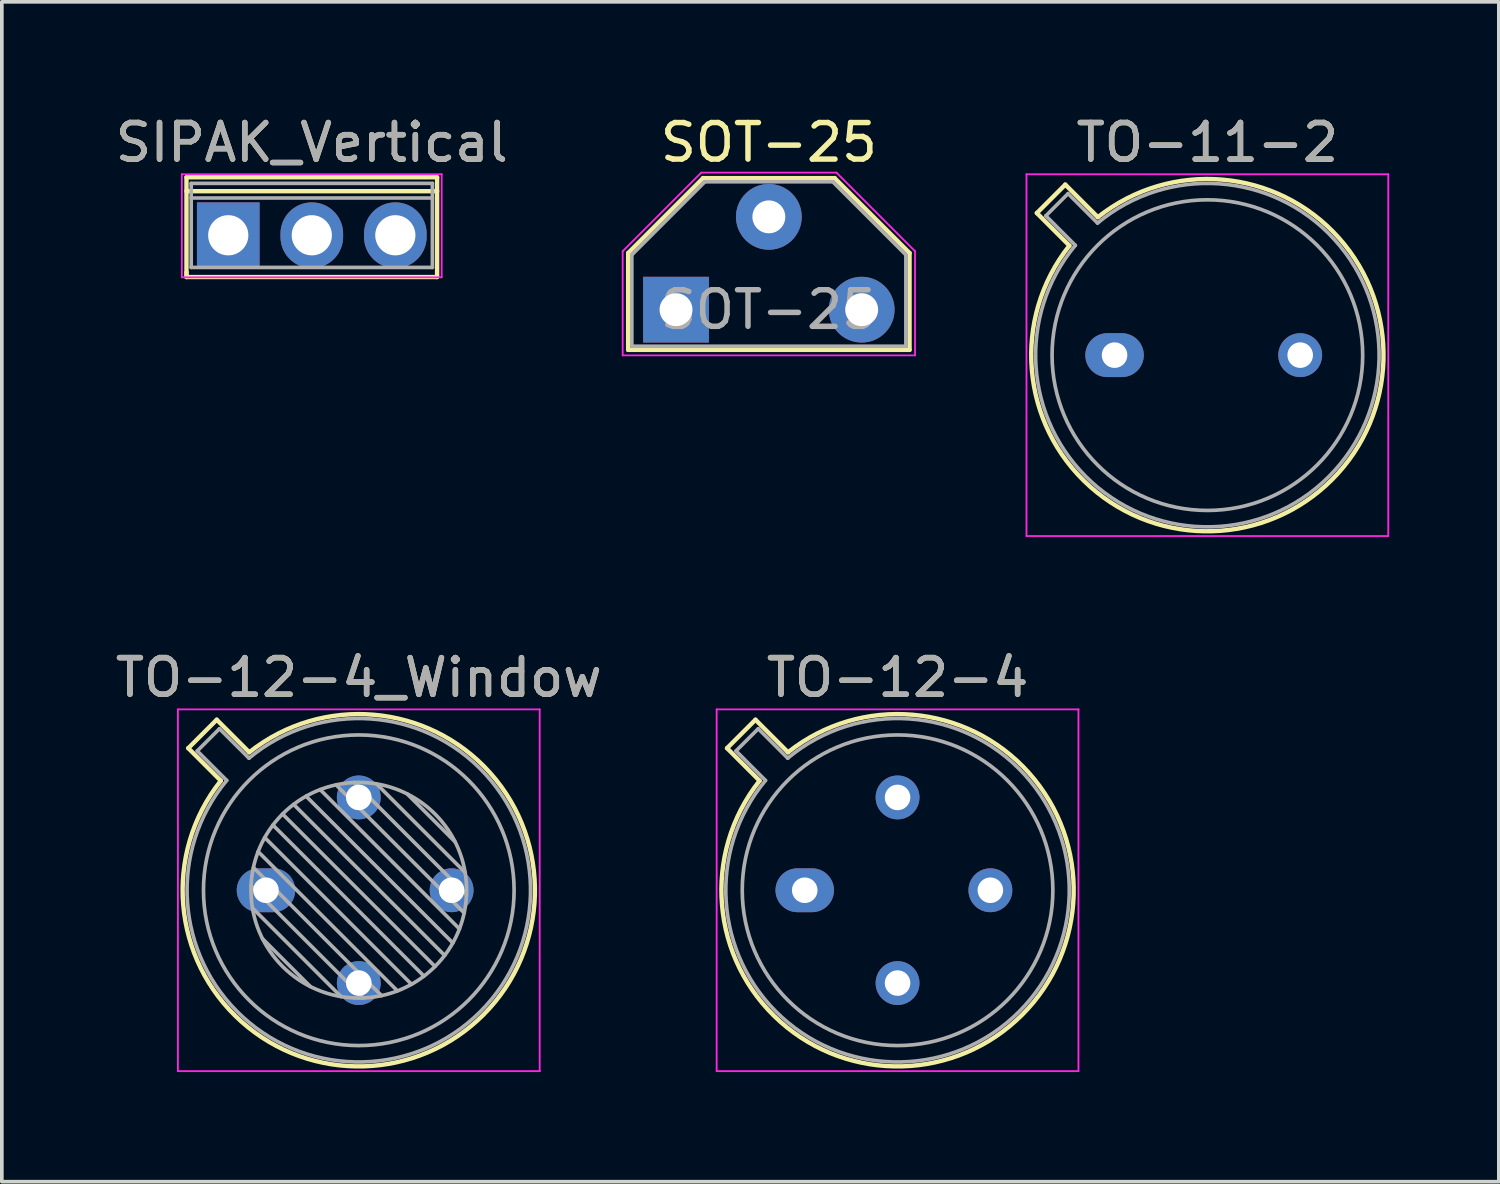
<source format=kicad_pcb>
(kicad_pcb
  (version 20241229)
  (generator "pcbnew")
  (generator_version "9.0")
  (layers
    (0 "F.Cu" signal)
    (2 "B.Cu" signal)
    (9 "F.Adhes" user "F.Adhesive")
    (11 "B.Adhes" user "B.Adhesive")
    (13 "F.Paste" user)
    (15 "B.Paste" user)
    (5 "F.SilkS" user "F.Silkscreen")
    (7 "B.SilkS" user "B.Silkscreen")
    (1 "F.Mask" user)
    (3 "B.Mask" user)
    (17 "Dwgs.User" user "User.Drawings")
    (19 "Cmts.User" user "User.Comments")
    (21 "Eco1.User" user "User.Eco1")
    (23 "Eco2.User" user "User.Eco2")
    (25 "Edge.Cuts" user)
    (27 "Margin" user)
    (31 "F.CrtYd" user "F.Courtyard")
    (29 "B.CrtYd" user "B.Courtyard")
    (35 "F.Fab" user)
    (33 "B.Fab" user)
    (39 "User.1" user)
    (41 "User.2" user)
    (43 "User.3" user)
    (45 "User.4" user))
  (footprint "SIPAK_Vertical"
    (layer "F.Cu")
    (at 3.196 3.388)
    (property "Reference" "SIPAK_Vertical" (at 2.286 -2.54 0) (layer "F.SilkS") (effects (font (size 1 1) (thickness 0.15))))
    (attr through_hole)
    (fp_line (start -1.143 -1.587) (end -1.143 1.016) (stroke (width 0.12) (type solid)) (layer "F.SilkS"))
    (fp_line (start -1.143 1.016) (end -1.143 1.079) (stroke (width 0.12) (type solid)) (layer "F.SilkS"))
    (fp_line (start -1.143 1.079) (end -1.143 1.143) (stroke (width 0.12) (type solid)) (layer "F.SilkS"))
    (fp_line (start -1.143 1.143) (end 5.715 1.143) (stroke (width 0.12) (type solid)) (layer "F.SilkS"))
    (fp_line (start 5.715 -1.587) (end -1.143 -1.587) (stroke (width 0.12) (type solid)) (layer "F.SilkS"))
    (fp_line (start 5.715 -1.587) (end 5.715 1.143) (stroke (width 0.12) (type solid)) (layer "F.SilkS"))
    (fp_line (start 5.715 -1.206) (end -1.143 -1.206) (stroke (width 0.12) (type solid)) (layer "F.SilkS"))
    (fp_line (start -1.27 -1.67) (end -1.27 1.15) (stroke (width 0.05) (type solid)) (layer "F.CrtYd"))
    (fp_line (start -1.27 1.15) (end 5.84 1.15) (stroke (width 0.05) (type solid)) (layer "F.CrtYd"))
    (fp_line (start 5.84 -1.67) (end -1.27 -1.67) (stroke (width 0.05) (type solid)) (layer "F.CrtYd"))
    (fp_line (start 5.84 1.15) (end 5.84 -1.67) (stroke (width 0.05) (type solid)) (layer "F.CrtYd"))
    (fp_line (start -1.014 -1.42) (end -1.014 0.88) (stroke (width 0.1) (type solid)) (layer "F.Fab"))
    (fp_line (start -1.014 -1.02) (end 5.586 -1.02) (stroke (width 0.1) (type solid)) (layer "F.Fab"))
    (fp_line (start -1.014 0.88) (end 5.586 0.88) (stroke (width 0.1) (type solid)) (layer "F.Fab"))
    (fp_line (start 5.586 -1.42) (end -1.014 -1.42) (stroke (width 0.1) (type solid)) (layer "F.Fab"))
    (fp_line (start 5.586 0.88) (end 5.586 -1.42) (stroke (width 0.1) (type solid)) (layer "F.Fab"))
    (fp_text user "${REFERENCE}" (at 2.286 -2.54 0) (layer "F.Fab") (effects (font (size 1 1) (thickness 0.15))))
    (pad "1" thru_hole rect (at 0 0) (size 1.714 1.8) (drill 1.1) (layers "*.Cu" "*.Mask"))
    (pad "2" thru_hole oval (at 2.286 0) (size 1.714 1.8) (drill 1.1) (layers "*.Cu" "*.Mask"))
    (pad "3" thru_hole oval (at 4.572 0) (size 1.714 1.8) (drill 1.1) (layers "*.Cu" "*.Mask")))
  (footprint "SOT-25"
    (layer "F.Cu")
    (at 15.449 5.424)
    (property "Reference" "SOT-25" (at 2.54 -4.576 0) (layer "F.SilkS") (effects (font (size 1 1) (thickness 0.15))))
    (attr through_hole)
    (fp_line (start -1.31 -1.55) (end -1.31 1.1) (stroke (width 0.12) (type default)) (layer "F.SilkS"))
    (fp_line (start -1.31 1.1) (end 6.39 1.1) (stroke (width 0.12) (type default)) (layer "F.SilkS"))
    (fp_line (start 0.74 -3.6) (end -1.31 -1.55) (stroke (width 0.12) (type default)) (layer "F.SilkS"))
    (fp_line (start 4.34 -3.6) (end 0.74 -3.6) (stroke (width 0.12) (type default)) (layer "F.SilkS"))
    (fp_line (start 6.39 -1.55) (end 4.34 -3.6) (stroke (width 0.12) (type default)) (layer "F.SilkS"))
    (fp_line (start 6.39 1.1) (end 6.39 -1.55) (stroke (width 0.12) (type default)) (layer "F.SilkS"))
    (fp_line (start -1.46 -1.6) (end -1.46 1.25) (stroke (width 0.05) (type default)) (layer "F.CrtYd"))
    (fp_line (start -1.46 1.25) (end 6.54 1.25) (stroke (width 0.05) (type default)) (layer "F.CrtYd"))
    (fp_line (start 0.69 -3.75) (end -1.46 -1.6) (stroke (width 0.05) (type default)) (layer "F.CrtYd"))
    (fp_line (start 4.39 -3.75) (end 0.69 -3.75) (stroke (width 0.05) (type default)) (layer "F.CrtYd"))
    (fp_line (start 6.54 -1.6) (end 4.39 -3.75) (stroke (width 0.05) (type default)) (layer "F.CrtYd"))
    (fp_line (start 6.54 1.25) (end 6.54 -1.6) (stroke (width 0.05) (type default)) (layer "F.CrtYd"))
    (fp_line (start -1.21 1) (end -1.21 -1.5) (stroke (width 0.1) (type default)) (layer "F.Fab"))
    (fp_line (start -1.21 1) (end 6.29 1) (stroke (width 0.1) (type default)) (layer "F.Fab"))
    (fp_line (start 0.79 -3.5) (end -1.21 -1.5) (stroke (width 0.1) (type default)) (layer "F.Fab"))
    (fp_line (start 0.79 -3.5) (end 4.29 -3.5) (stroke (width 0.1) (type default)) (layer "F.Fab"))
    (fp_line (start 4.29 -3.5) (end 6.29 -1.5) (stroke (width 0.1) (type default)) (layer "F.Fab"))
    (fp_line (start 6.29 1) (end 6.29 -1.5) (stroke (width 0.1) (type default)) (layer "F.Fab"))
    (fp_text user "${REFERENCE}" (at 2.54 0 0) (layer "F.Fab") (effects (font (size 1 1) (thickness 0.15))))
    (pad "1" thru_hole rect (at 0 0 90) (size 1.8 1.8) (drill 0.9) (layers "*.Cu" "*.Mask"))
    (pad "2" thru_hole circle (at 2.54 -2.54 90) (size 1.8 1.8) (drill 0.9) (layers "*.Cu" "*.Mask"))
    (pad "3" thru_hole circle (at 5.08 0 90) (size 1.8 1.8) (drill 0.9) (layers "*.Cu" "*.Mask")))
  (footprint "TO-11-2"
    (layer "F.Cu")
    (at 27.449 6.668)
    (property "Reference" "TO-11-2" (at 2.54 -5.82 0) (layer "F.SilkS") (effects (font (size 1 1) (thickness 0.15))))
    (attr through_hole)
    (fp_line (start -2.126 -3.888) (end -1.235 -2.997) (stroke (width 0.12) (type solid)) (layer "F.SilkS"))
    (fp_line (start -1.348 -4.666) (end -2.126 -3.888) (stroke (width 0.12) (type solid)) (layer "F.SilkS"))
    (fp_line (start -0.457 -3.775) (end -1.348 -4.666) (stroke (width 0.12) (type solid)) (layer "F.SilkS"))
    (fp_arc (start -0.457084 -3.774902) (mid 5.948125 3.408384) (end -1.234674 -2.997371) (stroke (width 0.12) (type solid)) (layer "F.SilkS"))
    (fp_line (start -2.41 -4.95) (end -2.41 4.95) (stroke (width 0.05) (type solid)) (layer "F.CrtYd"))
    (fp_line (start -2.41 4.95) (end 7.49 4.95) (stroke (width 0.05) (type solid)) (layer "F.CrtYd"))
    (fp_line (start 7.49 -4.95) (end -2.41 -4.95) (stroke (width 0.05) (type solid)) (layer "F.CrtYd"))
    (fp_line (start 7.49 4.95) (end 7.49 -4.95) (stroke (width 0.05) (type solid)) (layer "F.CrtYd"))
    (fp_line (start -1.88 -3.812) (end -1.074 -3.005) (stroke (width 0.1) (type solid)) (layer "F.Fab"))
    (fp_line (start -1.272 -4.42) (end -1.88 -3.812) (stroke (width 0.1) (type solid)) (layer "F.Fab"))
    (fp_line (start -0.465 -3.614) (end -1.272 -4.42) (stroke (width 0.1) (type solid)) (layer "F.Fab"))
    (fp_arc (start -0.465408 -3.61352) (mid 5.863443 3.323361) (end -1.073594 -3.005319) (stroke (width 0.1) (type solid)) (layer "F.Fab"))
    (fp_circle (center 2.54 0) (end 6.79 0) (stroke (width 0.1) (type solid)) (fill no) (layer "F.Fab"))
    (fp_text user "${REFERENCE}" (at 2.54 -5.82 0) (layer "F.Fab") (effects (font (size 1 1) (thickness 0.15))))
    (pad "1" thru_hole oval (at 0 0) (size 1.6 1.2) (drill 0.7) (layers "*.Cu" "*.Mask"))
    (pad "2" thru_hole oval (at 5.08 0) (size 1.2 1.2) (drill 0.7) (layers "*.Cu" "*.Mask")))
  (footprint "TO-12-4"
    (layer "F.Cu")
    (at 18.971 21.311)
    (property "Reference" "TO-12-4" (at 2.54 -5.82 0) (layer "F.SilkS") (effects (font (size 1 1) (thickness 0.15))))
    (attr through_hole)
    (fp_line (start -2.126 -3.888) (end -1.235 -2.997) (stroke (width 0.12) (type solid)) (layer "F.SilkS"))
    (fp_line (start -1.348 -4.666) (end -2.126 -3.888) (stroke (width 0.12) (type solid)) (layer "F.SilkS"))
    (fp_line (start -0.457 -3.775) (end -1.348 -4.666) (stroke (width 0.12) (type solid)) (layer "F.SilkS"))
    (fp_arc (start -0.457084 -3.774902) (mid 5.948125 3.408384) (end -1.234674 -2.997371) (stroke (width 0.12) (type solid)) (layer "F.SilkS"))
    (fp_line (start -2.41 -4.95) (end -2.41 4.95) (stroke (width 0.05) (type solid)) (layer "F.CrtYd"))
    (fp_line (start -2.41 4.95) (end 7.49 4.95) (stroke (width 0.05) (type solid)) (layer "F.CrtYd"))
    (fp_line (start 7.49 -4.95) (end -2.41 -4.95) (stroke (width 0.05) (type solid)) (layer "F.CrtYd"))
    (fp_line (start 7.49 4.95) (end 7.49 -4.95) (stroke (width 0.05) (type solid)) (layer "F.CrtYd"))
    (fp_line (start -1.88 -3.812) (end -1.074 -3.005) (stroke (width 0.1) (type solid)) (layer "F.Fab"))
    (fp_line (start -1.272 -4.42) (end -1.88 -3.812) (stroke (width 0.1) (type solid)) (layer "F.Fab"))
    (fp_line (start -0.465 -3.614) (end -1.272 -4.42) (stroke (width 0.1) (type solid)) (layer "F.Fab"))
    (fp_arc (start -0.465408 -3.61352) (mid 5.863443 3.323361) (end -1.073594 -3.005319) (stroke (width 0.1) (type solid)) (layer "F.Fab"))
    (fp_circle (center 2.54 0) (end 6.79 0) (stroke (width 0.1) (type solid)) (fill no) (layer "F.Fab"))
    (fp_text user "${REFERENCE}" (at 2.54 -5.82 0) (layer "F.Fab") (effects (font (size 1 1) (thickness 0.15))))
    (pad "1" thru_hole oval (at 0 0) (size 1.6 1.2) (drill 0.7) (layers "*.Cu" "*.Mask"))
    (pad "2" thru_hole oval (at 2.54 2.54) (size 1.2 1.2) (drill 0.7) (layers "*.Cu" "*.Mask"))
    (pad "3" thru_hole oval (at 5.08 0) (size 1.2 1.2) (drill 0.7) (layers "*.Cu" "*.Mask"))
    (pad "4" thru_hole oval (at 2.54 -2.54) (size 1.2 1.2) (drill 0.7) (layers "*.Cu" "*.Mask")))
  (footprint "TO-12-4_Window"
    (layer "F.Cu")
    (at 4.228 21.311)
    (property "Reference" "TO-12-4_Window" (at 2.54 -5.82 0) (layer "F.SilkS") (effects (font (size 1 1) (thickness 0.15))))
    (attr through_hole)
    (fp_line (start -2.126 -3.888) (end -1.235 -2.997) (stroke (width 0.12) (type solid)) (layer "F.SilkS"))
    (fp_line (start -1.348 -4.666) (end -2.126 -3.888) (stroke (width 0.12) (type solid)) (layer "F.SilkS"))
    (fp_line (start -0.457 -3.775) (end -1.348 -4.666) (stroke (width 0.12) (type solid)) (layer "F.SilkS"))
    (fp_arc (start -0.457084 -3.774902) (mid 5.948125 3.408384) (end -1.234674 -2.997371) (stroke (width 0.12) (type solid)) (layer "F.SilkS"))
    (fp_line (start -2.41 -4.95) (end -2.41 4.95) (stroke (width 0.05) (type solid)) (layer "F.CrtYd"))
    (fp_line (start -2.41 4.95) (end 7.49 4.95) (stroke (width 0.05) (type solid)) (layer "F.CrtYd"))
    (fp_line (start 7.49 -4.95) (end -2.41 -4.95) (stroke (width 0.05) (type solid)) (layer "F.CrtYd"))
    (fp_line (start 7.49 4.95) (end 7.49 -4.95) (stroke (width 0.05) (type solid)) (layer "F.CrtYd"))
    (fp_line (start -1.88 -3.812) (end -1.074 -3.005) (stroke (width 0.1) (type solid)) (layer "F.Fab"))
    (fp_line (start -1.272 -4.42) (end -1.88 -3.812) (stroke (width 0.1) (type solid)) (layer "F.Fab"))
    (fp_line (start -0.465 -3.614) (end -1.272 -4.42) (stroke (width 0.1) (type solid)) (layer "F.Fab"))
    (fp_line (start -0.408 -0.12) (end 2.66 2.948) (stroke (width 0.1) (type solid)) (layer "F.Fab"))
    (fp_line (start -0.371 0.485) (end 2.055 2.911) (stroke (width 0.1) (type solid)) (layer "F.Fab"))
    (fp_line (start -0.344 -0.622) (end 3.162 2.884) (stroke (width 0.1) (type solid)) (layer "F.Fab"))
    (fp_line (start -0.215 -1.058) (end 3.598 2.755) (stroke (width 0.1) (type solid)) (layer "F.Fab"))
    (fp_line (start -0.097 1.324) (end 1.216 2.637) (stroke (width 0.1) (type solid)) (layer "F.Fab"))
    (fp_line (start -0.034 -1.443) (end 3.983 2.574) (stroke (width 0.1) (type solid)) (layer "F.Fab"))
    (fp_line (start 0.19 -1.784) (end 4.324 2.35) (stroke (width 0.1) (type solid)) (layer "F.Fab"))
    (fp_line (start 0.454 -2.086) (end 4.626 2.086) (stroke (width 0.1) (type solid)) (layer "F.Fab"))
    (fp_line (start 0.756 -2.35) (end 4.89 1.784) (stroke (width 0.1) (type solid)) (layer "F.Fab"))
    (fp_line (start 1.097 -2.574) (end 5.114 1.443) (stroke (width 0.1) (type solid)) (layer "F.Fab"))
    (fp_line (start 1.482 -2.755) (end 5.295 1.058) (stroke (width 0.1) (type solid)) (layer "F.Fab"))
    (fp_line (start 1.918 -2.884) (end 5.424 0.622) (stroke (width 0.1) (type solid)) (layer "F.Fab"))
    (fp_line (start 2.42 -2.948) (end 5.488 0.12) (stroke (width 0.1) (type solid)) (layer "F.Fab"))
    (fp_line (start 3.025 -2.911) (end 5.451 -0.485) (stroke (width 0.1) (type solid)) (layer "F.Fab"))
    (fp_line (start 3.864 -2.637) (end 5.177 -1.324) (stroke (width 0.1) (type solid)) (layer "F.Fab"))
    (fp_arc (start -0.465408 -3.61352) (mid 5.863443 3.323361) (end -1.073594 -3.005319) (stroke (width 0.1) (type solid)) (layer "F.Fab"))
    (fp_circle (center 2.54 0) (end 5.49 0) (stroke (width 0.1) (type solid)) (fill no) (layer "F.Fab"))
    (fp_circle (center 2.54 0) (end 6.79 0) (stroke (width 0.1) (type solid)) (fill no) (layer "F.Fab"))
    (fp_text user "${REFERENCE}" (at 2.54 -5.82 0) (layer "F.Fab") (effects (font (size 1 1) (thickness 0.15))))
    (pad "1" thru_hole oval (at 0 0) (size 1.6 1.2) (drill 0.7) (layers "*.Cu" "*.Mask"))
    (pad "2" thru_hole oval (at 2.54 2.54) (size 1.2 1.2) (drill 0.7) (layers "*.Cu" "*.Mask"))
    (pad "3" thru_hole oval (at 5.08 0) (size 1.2 1.2) (drill 0.7) (layers "*.Cu" "*.Mask"))
    (pad "4" thru_hole oval (at 2.54 -2.54) (size 1.2 1.2) (drill 0.7) (layers "*.Cu" "*.Mask")))
  (gr_rect
    (start -3 -3)
    (end 37.964 29.287)
    (stroke (width 0.1) (type default))
    (fill no)
    (layer "Edge.Cuts")))
</source>
